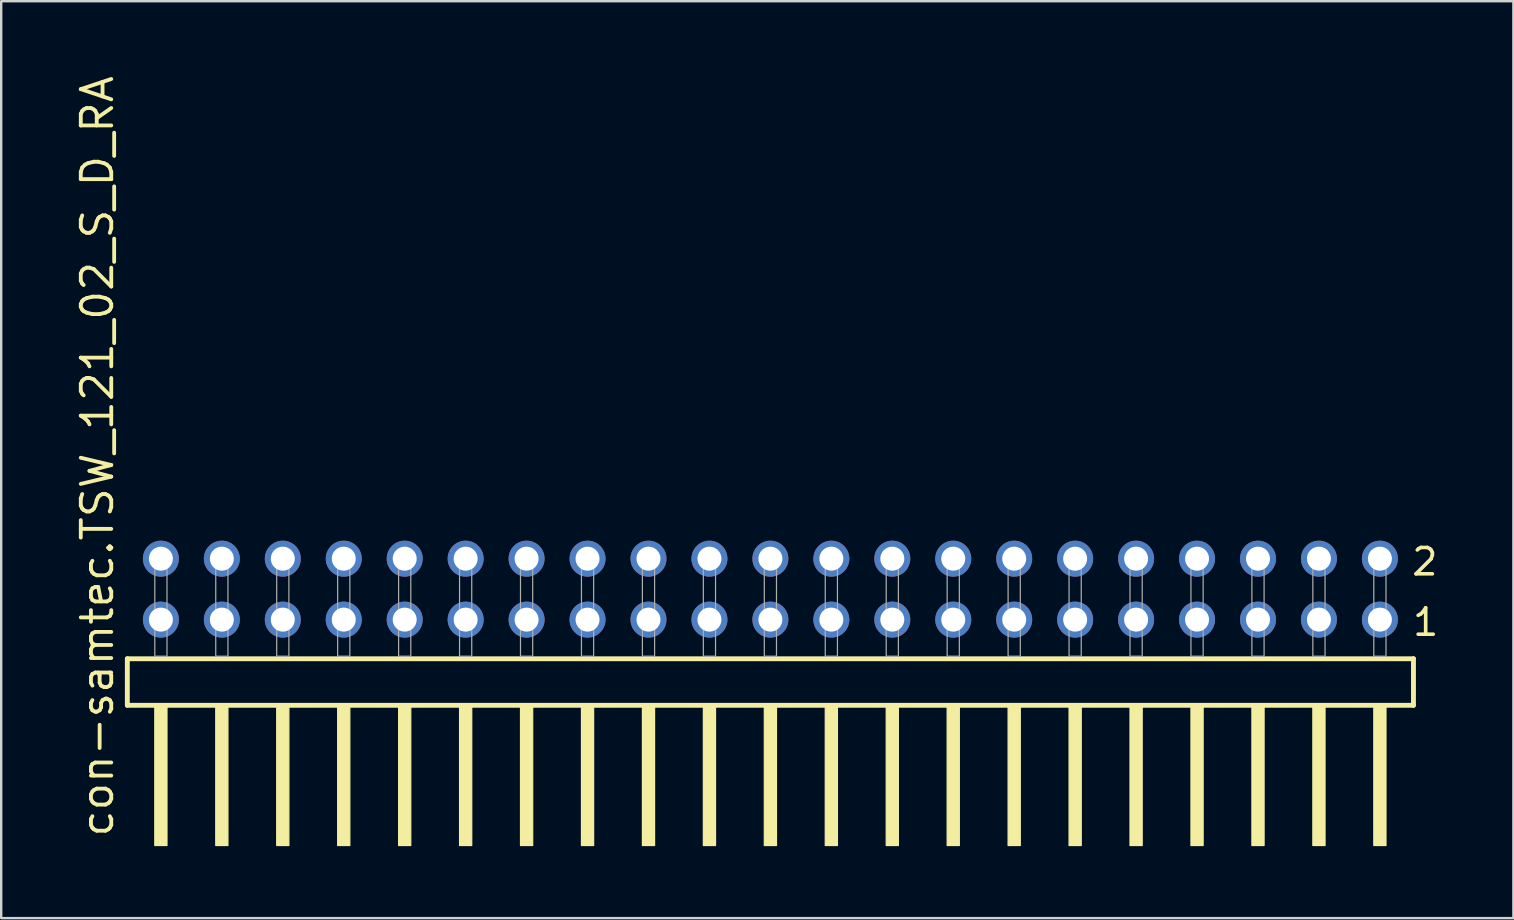
<source format=kicad_pcb>
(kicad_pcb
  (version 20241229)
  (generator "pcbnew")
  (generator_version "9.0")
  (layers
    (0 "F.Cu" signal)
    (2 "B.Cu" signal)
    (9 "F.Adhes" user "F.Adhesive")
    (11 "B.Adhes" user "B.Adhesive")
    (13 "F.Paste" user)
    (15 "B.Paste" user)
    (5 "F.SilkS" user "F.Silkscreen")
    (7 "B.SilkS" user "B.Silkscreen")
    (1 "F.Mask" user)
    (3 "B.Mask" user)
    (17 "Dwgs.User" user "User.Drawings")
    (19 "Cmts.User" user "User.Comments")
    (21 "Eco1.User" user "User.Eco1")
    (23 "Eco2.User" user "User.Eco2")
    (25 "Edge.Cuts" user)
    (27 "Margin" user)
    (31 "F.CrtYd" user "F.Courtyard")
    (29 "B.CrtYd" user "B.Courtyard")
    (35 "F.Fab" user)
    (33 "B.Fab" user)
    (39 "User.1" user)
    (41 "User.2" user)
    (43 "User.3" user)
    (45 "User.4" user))
  (footprint "con-samtec.TSW_121_02_S_D_RA"
    (layer "F.Cu")
    (at 29.055 24.296)
    (property "Reference" "con-samtec.TSW_121_02_S_D_RA" (at -27.305 7.62 90) (layer "F.SilkS") (effects (font (size 1.27 1.27) (thickness 0.16)) (justify left bottom)))
    (attr through_hole)
    (fp_line (start -26.799 0.106) (end -26.799 2.046) (stroke (width 0.203) (type default)) (layer "F.SilkS"))
    (fp_line (start -26.799 2.046) (end 26.799 2.046) (stroke (width 0.203) (type default)) (layer "F.SilkS"))
    (fp_line (start 26.799 0.106) (end -26.799 0.106) (stroke (width 0.203) (type default)) (layer "F.SilkS"))
    (fp_line (start 26.799 2.046) (end 26.799 0.106) (stroke (width 0.203) (type default)) (layer "F.SilkS"))
    (fp_rect (start -25.654 7.89) (end -25.146 2.04) (stroke (width 0.05) (type default)) (fill yes) (layer "F.SilkS"))
    (fp_rect (start -23.114 7.89) (end -22.606 2.04) (stroke (width 0.05) (type default)) (fill yes) (layer "F.SilkS"))
    (fp_rect (start -20.574 7.89) (end -20.066 2.04) (stroke (width 0.05) (type default)) (fill yes) (layer "F.SilkS"))
    (fp_rect (start -18.034 7.89) (end -17.526 2.04) (stroke (width 0.05) (type default)) (fill yes) (layer "F.SilkS"))
    (fp_rect (start -15.494 7.89) (end -14.986 2.04) (stroke (width 0.05) (type default)) (fill yes) (layer "F.SilkS"))
    (fp_rect (start -12.954 7.89) (end -12.446 2.04) (stroke (width 0.05) (type default)) (fill yes) (layer "F.SilkS"))
    (fp_rect (start -10.414 7.89) (end -9.906 2.04) (stroke (width 0.05) (type default)) (fill yes) (layer "F.SilkS"))
    (fp_rect (start -7.874 7.89) (end -7.366 2.04) (stroke (width 0.05) (type default)) (fill yes) (layer "F.SilkS"))
    (fp_rect (start -5.334 7.89) (end -4.826 2.04) (stroke (width 0.05) (type default)) (fill yes) (layer "F.SilkS"))
    (fp_rect (start -2.794 7.89) (end -2.286 2.04) (stroke (width 0.05) (type default)) (fill yes) (layer "F.SilkS"))
    (fp_rect (start -0.254 7.89) (end 0.254 2.04) (stroke (width 0.05) (type default)) (fill yes) (layer "F.SilkS"))
    (fp_rect (start 2.286 7.89) (end 2.794 2.04) (stroke (width 0.05) (type default)) (fill yes) (layer "F.SilkS"))
    (fp_rect (start 4.826 7.89) (end 5.334 2.04) (stroke (width 0.05) (type default)) (fill yes) (layer "F.SilkS"))
    (fp_rect (start 7.366 7.89) (end 7.874 2.04) (stroke (width 0.05) (type default)) (fill yes) (layer "F.SilkS"))
    (fp_rect (start 9.906 7.89) (end 10.414 2.04) (stroke (width 0.05) (type default)) (fill yes) (layer "F.SilkS"))
    (fp_rect (start 12.446 7.89) (end 12.954 2.04) (stroke (width 0.05) (type default)) (fill yes) (layer "F.SilkS"))
    (fp_rect (start 14.986 7.89) (end 15.494 2.04) (stroke (width 0.05) (type default)) (fill yes) (layer "F.SilkS"))
    (fp_rect (start 17.526 7.89) (end 18.034 2.04) (stroke (width 0.05) (type default)) (fill yes) (layer "F.SilkS"))
    (fp_rect (start 20.066 7.89) (end 20.574 2.04) (stroke (width 0.05) (type default)) (fill yes) (layer "F.SilkS"))
    (fp_rect (start 22.606 7.89) (end 23.114 2.04) (stroke (width 0.05) (type default)) (fill yes) (layer "F.SilkS"))
    (fp_rect (start 25.146 7.89) (end 25.654 2.04) (stroke (width 0.05) (type default)) (fill yes) (layer "F.SilkS"))
    (fp_rect (start -25.654 0) (end -25.146 -4.318) (stroke (width 0.05) (type default)) (fill no) (layer "F.Fab"))
    (fp_rect (start -23.114 0) (end -22.606 -4.318) (stroke (width 0.05) (type default)) (fill no) (layer "F.Fab"))
    (fp_rect (start -20.574 0) (end -20.066 -4.318) (stroke (width 0.05) (type default)) (fill no) (layer "F.Fab"))
    (fp_rect (start -18.034 0) (end -17.526 -4.318) (stroke (width 0.05) (type default)) (fill no) (layer "F.Fab"))
    (fp_rect (start -15.494 0) (end -14.986 -4.318) (stroke (width 0.05) (type default)) (fill no) (layer "F.Fab"))
    (fp_rect (start -12.954 0) (end -12.446 -4.318) (stroke (width 0.05) (type default)) (fill no) (layer "F.Fab"))
    (fp_rect (start -10.414 0) (end -9.906 -4.318) (stroke (width 0.05) (type default)) (fill no) (layer "F.Fab"))
    (fp_rect (start -7.874 0) (end -7.366 -4.318) (stroke (width 0.05) (type default)) (fill no) (layer "F.Fab"))
    (fp_rect (start -5.334 0) (end -4.826 -4.318) (stroke (width 0.05) (type default)) (fill no) (layer "F.Fab"))
    (fp_rect (start -2.794 0) (end -2.286 -4.318) (stroke (width 0.05) (type default)) (fill no) (layer "F.Fab"))
    (fp_rect (start -0.254 0) (end 0.254 -4.318) (stroke (width 0.05) (type default)) (fill no) (layer "F.Fab"))
    (fp_rect (start 2.286 0) (end 2.794 -4.318) (stroke (width 0.05) (type default)) (fill no) (layer "F.Fab"))
    (fp_rect (start 4.826 0) (end 5.334 -4.318) (stroke (width 0.05) (type default)) (fill no) (layer "F.Fab"))
    (fp_rect (start 7.366 0) (end 7.874 -4.318) (stroke (width 0.05) (type default)) (fill no) (layer "F.Fab"))
    (fp_rect (start 9.906 0) (end 10.414 -4.318) (stroke (width 0.05) (type default)) (fill no) (layer "F.Fab"))
    (fp_rect (start 12.446 0) (end 12.954 -4.318) (stroke (width 0.05) (type default)) (fill no) (layer "F.Fab"))
    (fp_rect (start 14.986 0) (end 15.494 -4.318) (stroke (width 0.05) (type default)) (fill no) (layer "F.Fab"))
    (fp_rect (start 17.526 0) (end 18.034 -4.318) (stroke (width 0.05) (type default)) (fill no) (layer "F.Fab"))
    (fp_rect (start 20.066 0) (end 20.574 -4.318) (stroke (width 0.05) (type default)) (fill no) (layer "F.Fab"))
    (fp_rect (start 22.606 0) (end 23.114 -4.318) (stroke (width 0.05) (type default)) (fill no) (layer "F.Fab"))
    (fp_rect (start 25.146 0) (end 25.654 -4.318) (stroke (width 0.05) (type default)) (fill no) (layer "F.Fab"))
    (fp_text user "1" (at 26.685 -0.775 0) (layer "F.SilkS") (effects (font (size 1.1 1.1) (thickness 0.15)) (justify left bottom)))
    (fp_text user "2" (at 26.65 -3.29 0) (layer "F.SilkS") (effects (font (size 1.1 1.1) (thickness 0.15)) (justify left bottom)))
    (pad "1" thru_hole circle (at 25.4 -1.524 180) (size 1.5 1.5) (drill 1) (layers "*.Cu" "*.Mask"))
    (pad "2" thru_hole circle (at 25.4 -4.064 180) (size 1.5 1.5) (drill 1) (layers "*.Cu" "*.Mask"))
    (pad "3" thru_hole circle (at 22.86 -1.524 180) (size 1.5 1.5) (drill 1) (layers "*.Cu" "*.Mask"))
    (pad "4" thru_hole circle (at 22.86 -4.064 180) (size 1.5 1.5) (drill 1) (layers "*.Cu" "*.Mask"))
    (pad "5" thru_hole circle (at 20.32 -1.524 180) (size 1.5 1.5) (drill 1) (layers "*.Cu" "*.Mask"))
    (pad "6" thru_hole circle (at 20.32 -4.064 180) (size 1.5 1.5) (drill 1) (layers "*.Cu" "*.Mask"))
    (pad "7" thru_hole circle (at 17.78 -1.524 180) (size 1.5 1.5) (drill 1) (layers "*.Cu" "*.Mask"))
    (pad "8" thru_hole circle (at 17.78 -4.064 180) (size 1.5 1.5) (drill 1) (layers "*.Cu" "*.Mask"))
    (pad "9" thru_hole circle (at 15.24 -1.524 180) (size 1.5 1.5) (drill 1) (layers "*.Cu" "*.Mask"))
    (pad "10" thru_hole circle (at 15.24 -4.064 180) (size 1.5 1.5) (drill 1) (layers "*.Cu" "*.Mask"))
    (pad "11" thru_hole circle (at 12.7 -1.524 180) (size 1.5 1.5) (drill 1) (layers "*.Cu" "*.Mask"))
    (pad "12" thru_hole circle (at 12.7 -4.064 180) (size 1.5 1.5) (drill 1) (layers "*.Cu" "*.Mask"))
    (pad "13" thru_hole circle (at 10.16 -1.524 180) (size 1.5 1.5) (drill 1) (layers "*.Cu" "*.Mask"))
    (pad "14" thru_hole circle (at 10.16 -4.064 180) (size 1.5 1.5) (drill 1) (layers "*.Cu" "*.Mask"))
    (pad "15" thru_hole circle (at 7.62 -1.524 180) (size 1.5 1.5) (drill 1) (layers "*.Cu" "*.Mask"))
    (pad "16" thru_hole circle (at 7.62 -4.064 180) (size 1.5 1.5) (drill 1) (layers "*.Cu" "*.Mask"))
    (pad "17" thru_hole circle (at 5.08 -1.524 180) (size 1.5 1.5) (drill 1) (layers "*.Cu" "*.Mask"))
    (pad "18" thru_hole circle (at 5.08 -4.064 180) (size 1.5 1.5) (drill 1) (layers "*.Cu" "*.Mask"))
    (pad "19" thru_hole circle (at 2.54 -1.524 180) (size 1.5 1.5) (drill 1) (layers "*.Cu" "*.Mask"))
    (pad "20" thru_hole circle (at 2.54 -4.064 180) (size 1.5 1.5) (drill 1) (layers "*.Cu" "*.Mask"))
    (pad "21" thru_hole circle (at 0 -1.524 180) (size 1.5 1.5) (drill 1) (layers "*.Cu" "*.Mask"))
    (pad "22" thru_hole circle (at 0 -4.064 180) (size 1.5 1.5) (drill 1) (layers "*.Cu" "*.Mask"))
    (pad "23" thru_hole circle (at -2.54 -1.524 180) (size 1.5 1.5) (drill 1) (layers "*.Cu" "*.Mask"))
    (pad "24" thru_hole circle (at -2.54 -4.064 180) (size 1.5 1.5) (drill 1) (layers "*.Cu" "*.Mask"))
    (pad "25" thru_hole circle (at -5.08 -1.524 180) (size 1.5 1.5) (drill 1) (layers "*.Cu" "*.Mask"))
    (pad "26" thru_hole circle (at -5.08 -4.064 180) (size 1.5 1.5) (drill 1) (layers "*.Cu" "*.Mask"))
    (pad "27" thru_hole circle (at -7.62 -1.524 180) (size 1.5 1.5) (drill 1) (layers "*.Cu" "*.Mask"))
    (pad "28" thru_hole circle (at -7.62 -4.064 180) (size 1.5 1.5) (drill 1) (layers "*.Cu" "*.Mask"))
    (pad "29" thru_hole circle (at -10.16 -1.524 180) (size 1.5 1.5) (drill 1) (layers "*.Cu" "*.Mask"))
    (pad "30" thru_hole circle (at -10.16 -4.064 180) (size 1.5 1.5) (drill 1) (layers "*.Cu" "*.Mask"))
    (pad "31" thru_hole circle (at -12.7 -1.524 180) (size 1.5 1.5) (drill 1) (layers "*.Cu" "*.Mask"))
    (pad "32" thru_hole circle (at -12.7 -4.064 180) (size 1.5 1.5) (drill 1) (layers "*.Cu" "*.Mask"))
    (pad "33" thru_hole circle (at -15.24 -1.524 180) (size 1.5 1.5) (drill 1) (layers "*.Cu" "*.Mask"))
    (pad "34" thru_hole circle (at -15.24 -4.064 180) (size 1.5 1.5) (drill 1) (layers "*.Cu" "*.Mask"))
    (pad "35" thru_hole circle (at -17.78 -1.524 180) (size 1.5 1.5) (drill 1) (layers "*.Cu" "*.Mask"))
    (pad "36" thru_hole circle (at -17.78 -4.064 180) (size 1.5 1.5) (drill 1) (layers "*.Cu" "*.Mask"))
    (pad "37" thru_hole circle (at -20.32 -1.524 180) (size 1.5 1.5) (drill 1) (layers "*.Cu" "*.Mask"))
    (pad "38" thru_hole circle (at -20.32 -4.064 180) (size 1.5 1.5) (drill 1) (layers "*.Cu" "*.Mask"))
    (pad "39" thru_hole circle (at -22.86 -1.524 180) (size 1.5 1.5) (drill 1) (layers "*.Cu" "*.Mask"))
    (pad "40" thru_hole circle (at -22.86 -4.064 180) (size 1.5 1.5) (drill 1) (layers "*.Cu" "*.Mask"))
    (pad "41" thru_hole circle (at -25.4 -1.524 180) (size 1.5 1.5) (drill 1) (layers "*.Cu" "*.Mask"))
    (pad "42" thru_hole circle (at -25.4 -4.064 180) (size 1.5 1.5) (drill 1) (layers "*.Cu" "*.Mask")))
  (gr_rect
    (start -3 -3)
    (end 60.018 35.211)
    (stroke (width 0.1) (type default))
    (fill no)
    (layer "Edge.Cuts")))
</source>
